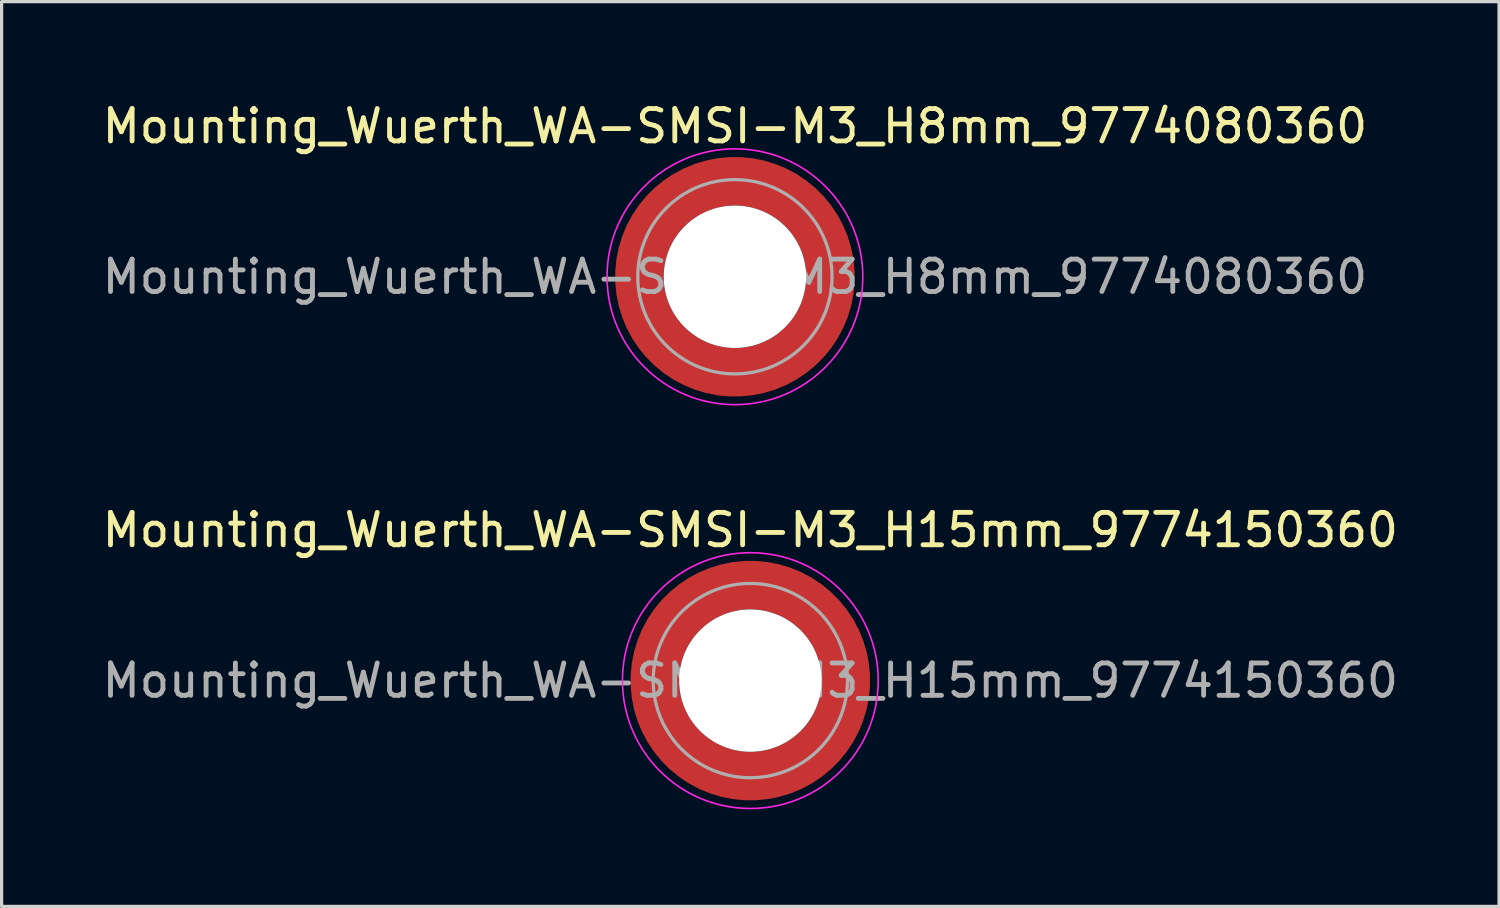
<source format=kicad_pcb>
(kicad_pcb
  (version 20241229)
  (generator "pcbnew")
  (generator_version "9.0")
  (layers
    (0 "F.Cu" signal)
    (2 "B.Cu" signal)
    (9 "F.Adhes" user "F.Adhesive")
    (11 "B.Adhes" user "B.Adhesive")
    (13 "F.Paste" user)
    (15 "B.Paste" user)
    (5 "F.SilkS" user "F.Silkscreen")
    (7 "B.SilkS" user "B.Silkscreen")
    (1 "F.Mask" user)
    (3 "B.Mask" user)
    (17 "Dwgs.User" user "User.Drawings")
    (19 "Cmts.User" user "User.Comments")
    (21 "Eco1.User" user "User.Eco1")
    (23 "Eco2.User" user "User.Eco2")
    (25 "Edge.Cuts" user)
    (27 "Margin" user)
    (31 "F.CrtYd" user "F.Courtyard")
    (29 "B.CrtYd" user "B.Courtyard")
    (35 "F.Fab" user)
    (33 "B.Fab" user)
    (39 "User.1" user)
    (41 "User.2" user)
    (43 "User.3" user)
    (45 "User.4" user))
  (footprint "Mounting_Wuerth_WA-SMSI-M3_H15mm_9774150360"
    (layer "F.Cu")
    (at 20.125 17.971)
    (property "Reference" "Mounting_Wuerth_WA-SMSI-M3_H15mm_9774150360" (at 0 -4.65 0) (layer "F.SilkS") (effects (font (size 1 1) (thickness 0.15))))
    (property "Mouser Part no." "" (at 0 0 0) (layer "F.Fab") (effects (font (size 1.27 1.27) (thickness 0.15))))
    (property "Mouser link" "" (at 0 0 0) (layer "F.Fab") (effects (font (size 1.27 1.27) (thickness 0.15))))
    (attr smd)
    (fp_circle (center 0 0) (end 3.95 0) (stroke (width 0.05) (type solid)) (fill no) (layer "F.CrtYd"))
    (fp_circle (center 0 0) (end 3 0) (stroke (width 0.1) (type solid)) (fill no) (layer "F.Fab"))
    (fp_text user "${REFERENCE}" (at 0 0 0) (layer "F.Fab") (effects (font (size 1 1) (thickness 0.15))))
    (pad "" smd custom (at -2.058 -2.058) (size 0.7 0.7) (layers "F.Paste") (options (anchor circle)) (primitives (gr_arc (start -0.377294 1.707681) (mid 0.317579 0.318817) (end 1.705947 -0.377044) (width 0.2)) (gr_arc (start -0.478281 1.707681) (mid 0.246161 0.248814) (end 1.703965 -0.477765) (width 0.2)) (gr_arc (start -0.579192 1.707681) (mid 0.175492 0.178063) (end 1.704077 -0.578711) (width 0.2)) (gr_arc (start -0.680037 1.707681) (mid 0.105568 0.106564) (end 1.706284 -0.679858) (width 0.2)) (gr_arc (start -0.780822 1.707681) (mid 0.034627 0.036085) (end 1.705634 -0.780569) (width 0.2)) (gr_arc (start -0.881554 1.707681) (mid -0.035694 -0.035016) (end 1.706729 -0.881441) (width 0.2)) (gr_arc (start -0.982237 1.707681) (mid -0.107281 -0.10485) (end 1.704266 -0.981842) (width 0.2)) (gr_arc (start -1.082877 1.707681) (mid -0.178372 -0.175181) (end 1.703197 -1.082374) (width 0.2)) (gr_arc (start -1.183476 1.707681) (mid -0.248964 -0.246008) (end 1.703525 -1.183025) (width 0.2)) (gr_arc (start -1.28404 1.707681) (mid -0.319062 -0.317333) (end 1.70525 -1.283784) (width 0.2)) (gr_line (start 1.708 -0.377) (end 1.708 -1.284) (width 0.2)) (gr_line (start -0.377 1.708) (end -1.284 1.708) (width 0.2))))
    (pad "" smd custom (at -2.058 2.058) (size 0.7 0.7) (layers "F.Paste") (options (anchor circle)) (primitives (gr_arc (start 1.707681 0.377294) (mid 0.318817 -0.317579) (end -0.377044 -1.705947) (width 0.2)) (gr_arc (start 1.707681 0.478281) (mid 0.248814 -0.246161) (end -0.477765 -1.703965) (width 0.2)) (gr_arc (start 1.707681 0.579192) (mid 0.178063 -0.175492) (end -0.578711 -1.704077) (width 0.2)) (gr_arc (start 1.707681 0.680037) (mid 0.106564 -0.105568) (end -0.679858 -1.706284) (width 0.2)) (gr_arc (start 1.707681 0.780822) (mid 0.036085 -0.034627) (end -0.780569 -1.705634) (width 0.2)) (gr_arc (start 1.707681 0.881554) (mid -0.035016 0.035694) (end -0.881441 -1.706729) (width 0.2)) (gr_arc (start 1.707681 0.982237) (mid -0.10485 0.107281) (end -0.981842 -1.704266) (width 0.2)) (gr_arc (start 1.707681 1.082877) (mid -0.175181 0.178372) (end -1.082374 -1.703197) (width 0.2)) (gr_arc (start 1.707681 1.183476) (mid -0.246008 0.248964) (end -1.183025 -1.703525) (width 0.2)) (gr_arc (start 1.707681 1.28404) (mid -0.317333 0.319062) (end -1.283784 -1.70525) (width 0.2)) (gr_line (start -0.377 -1.708) (end -1.284 -1.708) (width 0.2)) (gr_line (start 1.708 0.377) (end 1.708 1.284) (width 0.2))))
    (pad "" np_thru_hole circle (at 0 0) (size 4.4 4.4) (drill 4.4) (layers "*.Cu" "*.Mask"))
    (pad "" smd custom (at 2.058 -2.058) (size 0.7 0.7) (layers "F.Paste") (options (anchor circle)) (primitives (gr_arc (start -1.707681 -0.377294) (mid -0.318817 0.317579) (end 0.377044 1.705947) (width 0.2)) (gr_arc (start -1.707681 -0.478281) (mid -0.248814 0.246161) (end 0.477765 1.703965) (width 0.2)) (gr_arc (start -1.707681 -0.579192) (mid -0.178063 0.175492) (end 0.578711 1.704077) (width 0.2)) (gr_arc (start -1.707681 -0.680037) (mid -0.106564 0.105568) (end 0.679858 1.706284) (width 0.2)) (gr_arc (start -1.707681 -0.780822) (mid -0.036085 0.034627) (end 0.780569 1.705634) (width 0.2)) (gr_arc (start -1.707681 -0.881554) (mid 0.035016 -0.035694) (end 0.881441 1.706729) (width 0.2)) (gr_arc (start -1.707681 -0.982237) (mid 0.10485 -0.107281) (end 0.981842 1.704266) (width 0.2)) (gr_arc (start -1.707681 -1.082877) (mid 0.175181 -0.178372) (end 1.082374 1.703197) (width 0.2)) (gr_arc (start -1.707681 -1.183476) (mid 0.246008 -0.248964) (end 1.183025 1.703525) (width 0.2)) (gr_arc (start -1.707681 -1.28404) (mid 0.317333 -0.319062) (end 1.283784 1.70525) (width 0.2)) (gr_line (start 0.377 1.708) (end 1.284 1.708) (width 0.2)) (gr_line (start -1.708 -0.377) (end -1.708 -1.284) (width 0.2))))
    (pad "" smd custom (at 2.058 2.058) (size 0.7 0.7) (layers "F.Paste") (options (anchor circle)) (primitives (gr_arc (start 0.377294 -1.707681) (mid -0.317579 -0.318817) (end -1.705947 0.377044) (width 0.2)) (gr_arc (start 0.478281 -1.707681) (mid -0.246161 -0.248814) (end -1.703965 0.477765) (width 0.2)) (gr_arc (start 0.579192 -1.707681) (mid -0.175492 -0.178063) (end -1.704077 0.578711) (width 0.2)) (gr_arc (start 0.680037 -1.707681) (mid -0.105568 -0.106564) (end -1.706284 0.679858) (width 0.2)) (gr_arc (start 0.780822 -1.707681) (mid -0.034627 -0.036085) (end -1.705634 0.780569) (width 0.2)) (gr_arc (start 0.881554 -1.707681) (mid 0.035694 0.035016) (end -1.706729 0.881441) (width 0.2)) (gr_arc (start 0.982237 -1.707681) (mid 0.107281 0.10485) (end -1.704266 0.981842) (width 0.2)) (gr_arc (start 1.082877 -1.707681) (mid 0.178372 0.175181) (end -1.703197 1.082374) (width 0.2)) (gr_arc (start 1.183476 -1.707681) (mid 0.248964 0.246008) (end -1.703525 1.183025) (width 0.2)) (gr_arc (start 1.28404 -1.707681) (mid 0.319062 0.317333) (end -1.70525 1.283784) (width 0.2)) (gr_line (start -1.708 0.377) (end -1.708 1.284) (width 0.2)) (gr_line (start 0.377 -1.708) (end 1.284 -1.708) (width 0.2))))
    (pad "1" smd circle (at -2.95 0) (size 1.1 1.1) (layers "F.Cu"))
    (pad "1" smd circle (at 0 -2.95) (size 1.1 1.1) (layers "F.Cu"))
    (pad "1" smd circle (at 0 2.95) (size 1.1 1.1) (layers "F.Cu"))
    (pad "1" smd custom (at 2.95 0) (size 1.1 1.1) (layers "F.Cu" "F.Mask") (options (anchor circle)) (primitives (gr_circle (center -2.95 0) (end 0 0) (width 1.5) (fill no)))))
  (footprint "Mounting_Wuerth_WA-SMSI-M3_H8mm_9774080360"
    (layer "F.Cu")
    (at 19.649 5.498)
    (property "Reference" "Mounting_Wuerth_WA-SMSI-M3_H8mm_9774080360" (at 0 -4.65 0) (layer "F.SilkS") (effects (font (size 1 1) (thickness 0.15))))
    (property "Mouser Part no." "" (at 0 0 0) (layer "F.Fab") (effects (font (size 1.27 1.27) (thickness 0.15))))
    (property "Mouser link" "" (at 0 0 0) (layer "F.Fab") (effects (font (size 1.27 1.27) (thickness 0.15))))
    (attr smd)
    (fp_circle (center 0 0) (end 3.95 0) (stroke (width 0.05) (type solid)) (fill no) (layer "F.CrtYd"))
    (fp_circle (center 0 0) (end 3 0) (stroke (width 0.1) (type solid)) (fill no) (layer "F.Fab"))
    (fp_text user "${REFERENCE}" (at 0 0 0) (layer "F.Fab") (effects (font (size 1 1) (thickness 0.15))))
    (pad "" smd custom (at -2.058 -2.058) (size 0.7 0.7) (layers "F.Paste") (options (anchor circle)) (primitives (gr_arc (start -0.377294 1.707681) (mid 0.317579 0.318817) (end 1.705947 -0.377044) (width 0.2)) (gr_arc (start -0.478281 1.707681) (mid 0.246161 0.248814) (end 1.703965 -0.477765) (width 0.2)) (gr_arc (start -0.579192 1.707681) (mid 0.175492 0.178063) (end 1.704077 -0.578711) (width 0.2)) (gr_arc (start -0.680037 1.707681) (mid 0.105568 0.106564) (end 1.706284 -0.679858) (width 0.2)) (gr_arc (start -0.780822 1.707681) (mid 0.034627 0.036085) (end 1.705634 -0.780569) (width 0.2)) (gr_arc (start -0.881554 1.707681) (mid -0.035694 -0.035016) (end 1.706729 -0.881441) (width 0.2)) (gr_arc (start -0.982237 1.707681) (mid -0.107281 -0.10485) (end 1.704266 -0.981842) (width 0.2)) (gr_arc (start -1.082877 1.707681) (mid -0.178372 -0.175181) (end 1.703197 -1.082374) (width 0.2)) (gr_arc (start -1.183476 1.707681) (mid -0.248964 -0.246008) (end 1.703525 -1.183025) (width 0.2)) (gr_arc (start -1.28404 1.707681) (mid -0.319062 -0.317333) (end 1.70525 -1.283784) (width 0.2)) (gr_line (start 1.708 -0.377) (end 1.708 -1.284) (width 0.2)) (gr_line (start -0.377 1.708) (end -1.284 1.708) (width 0.2))))
    (pad "" smd custom (at -2.058 2.058) (size 0.7 0.7) (layers "F.Paste") (options (anchor circle)) (primitives (gr_arc (start 1.707681 0.377294) (mid 0.318817 -0.317579) (end -0.377044 -1.705947) (width 0.2)) (gr_arc (start 1.707681 0.478281) (mid 0.248814 -0.246161) (end -0.477765 -1.703965) (width 0.2)) (gr_arc (start 1.707681 0.579192) (mid 0.178063 -0.175492) (end -0.578711 -1.704077) (width 0.2)) (gr_arc (start 1.707681 0.680037) (mid 0.106564 -0.105568) (end -0.679858 -1.706284) (width 0.2)) (gr_arc (start 1.707681 0.780822) (mid 0.036085 -0.034627) (end -0.780569 -1.705634) (width 0.2)) (gr_arc (start 1.707681 0.881554) (mid -0.035016 0.035694) (end -0.881441 -1.706729) (width 0.2)) (gr_arc (start 1.707681 0.982237) (mid -0.10485 0.107281) (end -0.981842 -1.704266) (width 0.2)) (gr_arc (start 1.707681 1.082877) (mid -0.175181 0.178372) (end -1.082374 -1.703197) (width 0.2)) (gr_arc (start 1.707681 1.183476) (mid -0.246008 0.248964) (end -1.183025 -1.703525) (width 0.2)) (gr_arc (start 1.707681 1.28404) (mid -0.317333 0.319062) (end -1.283784 -1.70525) (width 0.2)) (gr_line (start -0.377 -1.708) (end -1.284 -1.708) (width 0.2)) (gr_line (start 1.708 0.377) (end 1.708 1.284) (width 0.2))))
    (pad "" np_thru_hole circle (at 0 0) (size 4.4 4.4) (drill 4.4) (layers "*.Cu" "*.Mask"))
    (pad "" smd custom (at 2.058 -2.058) (size 0.7 0.7) (layers "F.Paste") (options (anchor circle)) (primitives (gr_arc (start -1.707681 -0.377294) (mid -0.318817 0.317579) (end 0.377044 1.705947) (width 0.2)) (gr_arc (start -1.707681 -0.478281) (mid -0.248814 0.246161) (end 0.477765 1.703965) (width 0.2)) (gr_arc (start -1.707681 -0.579192) (mid -0.178063 0.175492) (end 0.578711 1.704077) (width 0.2)) (gr_arc (start -1.707681 -0.680037) (mid -0.106564 0.105568) (end 0.679858 1.706284) (width 0.2)) (gr_arc (start -1.707681 -0.780822) (mid -0.036085 0.034627) (end 0.780569 1.705634) (width 0.2)) (gr_arc (start -1.707681 -0.881554) (mid 0.035016 -0.035694) (end 0.881441 1.706729) (width 0.2)) (gr_arc (start -1.707681 -0.982237) (mid 0.10485 -0.107281) (end 0.981842 1.704266) (width 0.2)) (gr_arc (start -1.707681 -1.082877) (mid 0.175181 -0.178372) (end 1.082374 1.703197) (width 0.2)) (gr_arc (start -1.707681 -1.183476) (mid 0.246008 -0.248964) (end 1.183025 1.703525) (width 0.2)) (gr_arc (start -1.707681 -1.28404) (mid 0.317333 -0.319062) (end 1.283784 1.70525) (width 0.2)) (gr_line (start 0.377 1.708) (end 1.284 1.708) (width 0.2)) (gr_line (start -1.708 -0.377) (end -1.708 -1.284) (width 0.2))))
    (pad "" smd custom (at 2.058 2.058) (size 0.7 0.7) (layers "F.Paste") (options (anchor circle)) (primitives (gr_arc (start 0.377294 -1.707681) (mid -0.317579 -0.318817) (end -1.705947 0.377044) (width 0.2)) (gr_arc (start 0.478281 -1.707681) (mid -0.246161 -0.248814) (end -1.703965 0.477765) (width 0.2)) (gr_arc (start 0.579192 -1.707681) (mid -0.175492 -0.178063) (end -1.704077 0.578711) (width 0.2)) (gr_arc (start 0.680037 -1.707681) (mid -0.105568 -0.106564) (end -1.706284 0.679858) (width 0.2)) (gr_arc (start 0.780822 -1.707681) (mid -0.034627 -0.036085) (end -1.705634 0.780569) (width 0.2)) (gr_arc (start 0.881554 -1.707681) (mid 0.035694 0.035016) (end -1.706729 0.881441) (width 0.2)) (gr_arc (start 0.982237 -1.707681) (mid 0.107281 0.10485) (end -1.704266 0.981842) (width 0.2)) (gr_arc (start 1.082877 -1.707681) (mid 0.178372 0.175181) (end -1.703197 1.082374) (width 0.2)) (gr_arc (start 1.183476 -1.707681) (mid 0.248964 0.246008) (end -1.703525 1.183025) (width 0.2)) (gr_arc (start 1.28404 -1.707681) (mid 0.319062 0.317333) (end -1.70525 1.283784) (width 0.2)) (gr_line (start -1.708 0.377) (end -1.708 1.284) (width 0.2)) (gr_line (start 0.377 -1.708) (end 1.284 -1.708) (width 0.2))))
    (pad "1" smd circle (at -2.95 0) (size 1.1 1.1) (layers "F.Cu"))
    (pad "1" smd circle (at 0 -2.95) (size 1.1 1.1) (layers "F.Cu"))
    (pad "1" smd circle (at 0 2.95) (size 1.1 1.1) (layers "F.Cu"))
    (pad "1" smd custom (at 2.95 0) (size 1.1 1.1) (layers "F.Cu" "F.Mask") (options (anchor circle)) (primitives (gr_circle (center -2.95 0) (end 0 0) (width 1.5) (fill no)))))
  (gr_rect
    (start -3 -3)
    (end 43.25 24.947)
    (stroke (width 0.1) (type default))
    (fill no)
    (layer "Edge.Cuts")))
</source>
